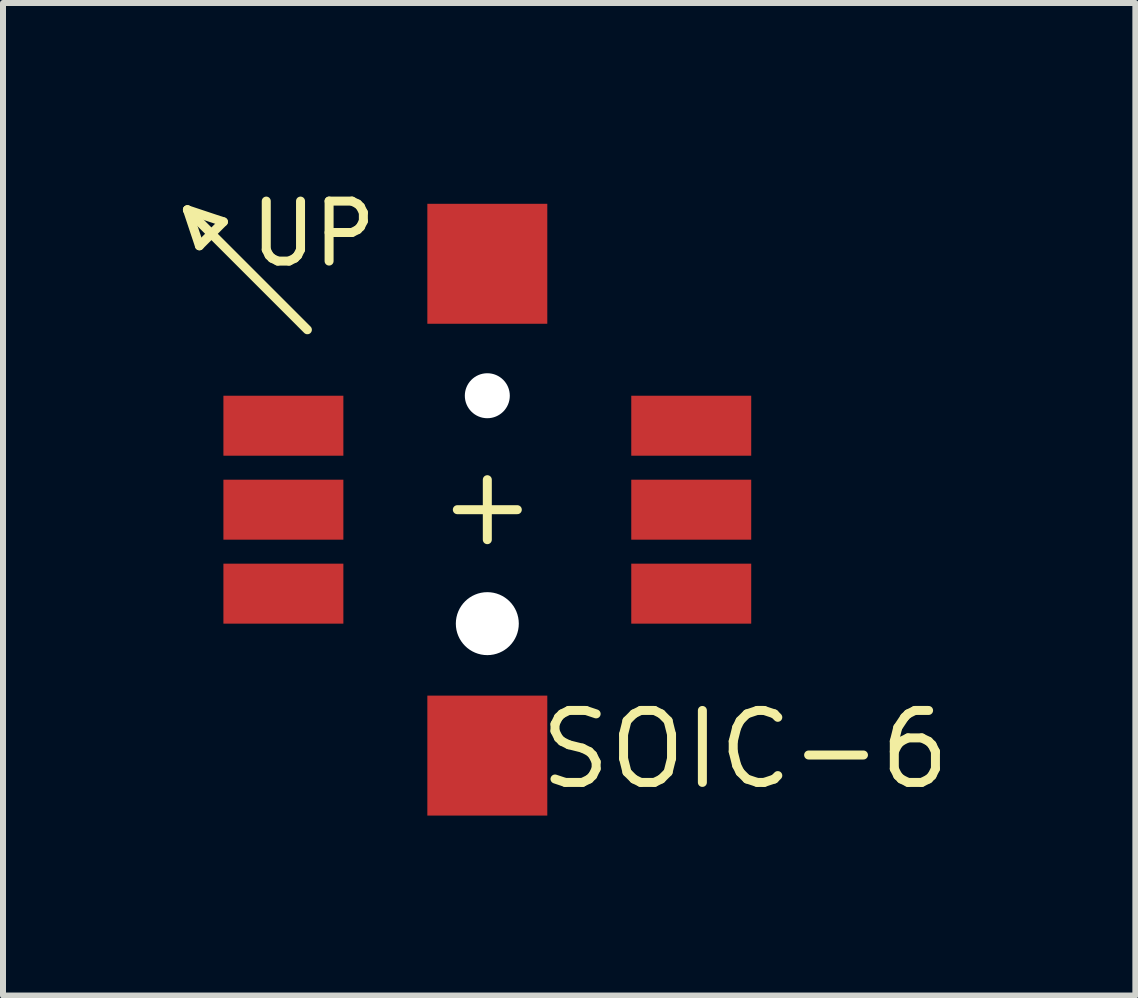
<source format=kicad_pcb>
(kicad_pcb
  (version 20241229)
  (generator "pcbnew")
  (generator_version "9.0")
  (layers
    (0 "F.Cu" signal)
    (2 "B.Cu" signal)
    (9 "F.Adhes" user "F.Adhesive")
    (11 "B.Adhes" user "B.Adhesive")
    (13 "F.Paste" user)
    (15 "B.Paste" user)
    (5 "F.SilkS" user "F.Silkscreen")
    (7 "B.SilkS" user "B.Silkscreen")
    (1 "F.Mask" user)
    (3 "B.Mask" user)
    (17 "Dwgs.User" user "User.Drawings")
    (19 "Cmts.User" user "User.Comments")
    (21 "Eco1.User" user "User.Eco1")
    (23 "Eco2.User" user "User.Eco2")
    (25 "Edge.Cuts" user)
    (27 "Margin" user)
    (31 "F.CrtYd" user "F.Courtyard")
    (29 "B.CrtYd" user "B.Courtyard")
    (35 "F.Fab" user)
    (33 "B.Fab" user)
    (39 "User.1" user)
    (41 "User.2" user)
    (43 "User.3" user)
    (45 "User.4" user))
  (footprint "SOIC-6"
    (layer "F.Cu")
    (at 5.075 5.448)
    (property "Reference" "SOIC-6" (at 4.3 4 180) (layer "F.SilkS") (effects (font (size 1.2 1.2) (thickness 0.15))))
    (attr through_hole)
    (fp_line (start -5 -5) (end -4.8 -4.4) (stroke (width 0.15) (type solid)) (layer "F.SilkS"))
    (fp_line (start -4.8 -4.4) (end -4.4 -4.8) (stroke (width 0.15) (type solid)) (layer "F.SilkS"))
    (fp_line (start -4.4 -4.8) (end -5 -5) (stroke (width 0.15) (type solid)) (layer "F.SilkS"))
    (fp_line (start -3 -3) (end -5 -5) (stroke (width 0.15) (type solid)) (layer "F.SilkS"))
    (fp_line (start -0.5 0) (end 0.5 0) (stroke (width 0.15) (type solid)) (layer "F.SilkS"))
    (fp_line (start 0 -0.5) (end 0 0.5) (stroke (width 0.15) (type solid)) (layer "F.SilkS"))
    (fp_text user "UP" (at -2.9 -4.6 0) (layer "F.SilkS") (effects (font (size 1 1) (thickness 0.15))))
    (pad "" np_thru_hole circle (at 0 -1.9 270) (size 0.75 0.75) (drill 0.75) (layers "*.Cu" "*.Mask"))
    (pad "" np_thru_hole circle (at 0 1.9 270) (size 1.05 1.05) (drill 1.05) (layers "*.Cu" "*.Mask"))
    (pad "0" smd rect (at 0 -4.1 270) (size 2 2) (layers "F.Cu" "F.Mask" "F.Paste"))
    (pad "0" smd rect (at 0 4.1 270) (size 2 2) (layers "F.Cu" "F.Mask" "F.Paste"))
    (pad "1" smd rect (at -3.4 -1.4 270) (size 1 2) (layers "F.Cu" "F.Mask" "F.Paste"))
    (pad "2" smd rect (at -3.4 0 270) (size 1 2) (layers "F.Cu" "F.Mask" "F.Paste"))
    (pad "3" smd rect (at -3.4 1.4 270) (size 1 2) (layers "F.Cu" "F.Mask" "F.Paste"))
    (pad "4" smd rect (at 3.4 -1.4 270) (size 1 2) (layers "F.Cu" "F.Mask" "F.Paste"))
    (pad "5" smd rect (at 3.4 0 270) (size 1 2) (layers "F.Cu" "F.Mask" "F.Paste"))
    (pad "6" smd rect (at 3.4 1.4 270) (size 1 2) (layers "F.Cu" "F.Mask" "F.Paste")))
  (gr_rect
    (start -3 -3)
    (end 15.88 13.548)
    (stroke (width 0.1) (type default))
    (fill no)
    (layer "Edge.Cuts")))
</source>
